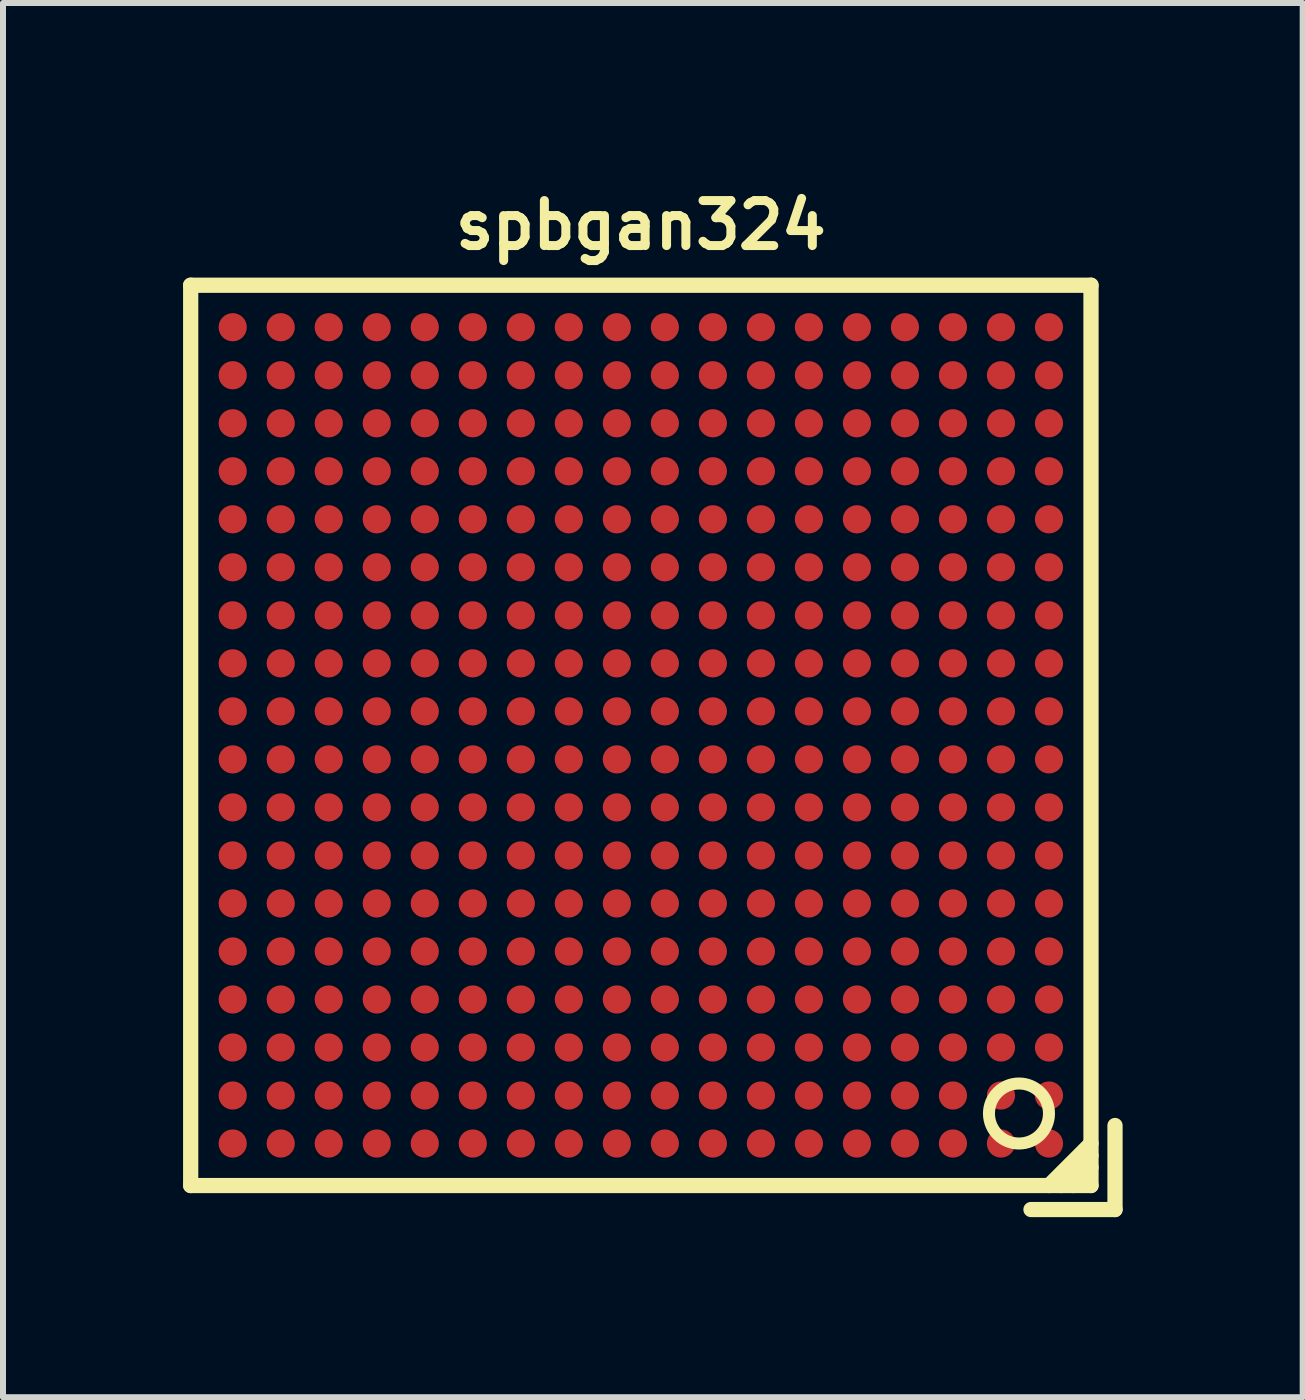
<source format=kicad_pcb>
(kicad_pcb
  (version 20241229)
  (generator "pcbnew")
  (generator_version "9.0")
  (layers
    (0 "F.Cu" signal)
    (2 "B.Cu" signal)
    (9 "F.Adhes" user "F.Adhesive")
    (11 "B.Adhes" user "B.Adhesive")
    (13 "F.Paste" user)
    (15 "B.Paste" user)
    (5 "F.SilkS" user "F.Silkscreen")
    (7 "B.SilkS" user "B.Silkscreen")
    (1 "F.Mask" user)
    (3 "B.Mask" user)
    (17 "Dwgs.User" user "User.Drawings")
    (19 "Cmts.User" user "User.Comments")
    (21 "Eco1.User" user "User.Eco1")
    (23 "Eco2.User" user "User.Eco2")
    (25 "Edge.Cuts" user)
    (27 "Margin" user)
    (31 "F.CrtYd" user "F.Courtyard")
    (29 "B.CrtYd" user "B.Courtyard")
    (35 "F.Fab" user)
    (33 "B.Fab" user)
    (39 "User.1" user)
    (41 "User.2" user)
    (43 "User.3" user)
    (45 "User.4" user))
  (footprint "spbgan324"
    (layer "F.Cu")
    (at 7.627 9.202)
    (property "Reference" "spbgan324" (at 0 -8.5 0) (layer "F.SilkS") (effects (font (size 0.75 0.75) (thickness 0.15))))
    (attr through_hole)
    (fp_line (start -7.5 -7.5) (end 7.5 -7.5) (stroke (width 0.254) (type solid)) (layer "F.SilkS"))
    (fp_line (start -7.5 7.5) (end -7.5 -7.5) (stroke (width 0.254) (type solid)) (layer "F.SilkS"))
    (fp_line (start 6.5 7.9) (end 7.9 7.9) (stroke (width 0.254) (type solid)) (layer "F.SilkS"))
    (fp_line (start 6.8 7.5) (end 7.5 6.8) (stroke (width 0.254) (type solid)) (layer "F.SilkS"))
    (fp_line (start 7.2 7.5) (end 7.5 7.2) (stroke (width 0.254) (type solid)) (layer "F.SilkS"))
    (fp_line (start 7.5 -7.5) (end 7.5 7.5) (stroke (width 0.254) (type solid)) (layer "F.SilkS"))
    (fp_line (start 7.5 7) (end 7 7.5) (stroke (width 0.254) (type solid)) (layer "F.SilkS"))
    (fp_line (start 7.5 7.5) (end -7.5 7.5) (stroke (width 0.254) (type solid)) (layer "F.SilkS"))
    (fp_line (start 7.9 7.9) (end 7.9 6.5) (stroke (width 0.254) (type solid)) (layer "F.SilkS"))
    (fp_circle (center 6.3 6.3) (end 5.9 6.6) (stroke (width 0.2) (type solid)) (fill no) (layer "F.SilkS"))
    (pad "A1" smd circle (at 6.8 6.8) (size 0.47 0.47) (layers "F.Cu" "F.Mask" "F.Paste"))
    (pad "A2" smd circle (at 6 6.8) (size 0.47 0.47) (layers "F.Cu" "F.Mask" "F.Paste"))
    (pad "A3" smd circle (at 5.2 6.8) (size 0.47 0.47) (layers "F.Cu" "F.Mask" "F.Paste"))
    (pad "A4" smd circle (at 4.4 6.8) (size 0.47 0.47) (layers "F.Cu" "F.Mask" "F.Paste"))
    (pad "A5" smd circle (at 3.6 6.8) (size 0.47 0.47) (layers "F.Cu" "F.Mask" "F.Paste"))
    (pad "A6" smd circle (at 2.8 6.8) (size 0.47 0.47) (layers "F.Cu" "F.Mask" "F.Paste"))
    (pad "A7" smd circle (at 2 6.8) (size 0.47 0.47) (layers "F.Cu" "F.Mask" "F.Paste"))
    (pad "A8" smd circle (at 1.2 6.8) (size 0.47 0.47) (layers "F.Cu" "F.Mask" "F.Paste"))
    (pad "A9" smd circle (at 0.4 6.8) (size 0.47 0.47) (layers "F.Cu" "F.Mask" "F.Paste"))
    (pad "A10" smd circle (at -0.4 6.8) (size 0.47 0.47) (layers "F.Cu" "F.Mask" "F.Paste"))
    (pad "A11" smd circle (at -1.2 6.8) (size 0.47 0.47) (layers "F.Cu" "F.Mask" "F.Paste"))
    (pad "A12" smd circle (at -2 6.8) (size 0.47 0.47) (layers "F.Cu" "F.Mask" "F.Paste"))
    (pad "A13" smd circle (at -2.8 6.8) (size 0.47 0.47) (layers "F.Cu" "F.Mask" "F.Paste"))
    (pad "A14" smd circle (at -3.6 6.8) (size 0.47 0.47) (layers "F.Cu" "F.Mask" "F.Paste"))
    (pad "A15" smd circle (at -4.4 6.8) (size 0.47 0.47) (layers "F.Cu" "F.Mask" "F.Paste"))
    (pad "A16" smd circle (at -5.2 6.8) (size 0.47 0.47) (layers "F.Cu" "F.Mask" "F.Paste"))
    (pad "A17" smd circle (at -6 6.8) (size 0.47 0.47) (layers "F.Cu" "F.Mask" "F.Paste"))
    (pad "A18" smd circle (at -6.8 6.8) (size 0.47 0.47) (layers "F.Cu" "F.Mask" "F.Paste"))
    (pad "B1" smd circle (at 6.8 6) (size 0.47 0.47) (layers "F.Cu" "F.Mask" "F.Paste"))
    (pad "B2" smd circle (at 6 6) (size 0.47 0.47) (layers "F.Cu" "F.Mask" "F.Paste"))
    (pad "B3" smd circle (at 5.2 6) (size 0.47 0.47) (layers "F.Cu" "F.Mask" "F.Paste"))
    (pad "B4" smd circle (at 4.4 6) (size 0.47 0.47) (layers "F.Cu" "F.Mask" "F.Paste"))
    (pad "B5" smd circle (at 3.6 6) (size 0.47 0.47) (layers "F.Cu" "F.Mask" "F.Paste"))
    (pad "B6" smd circle (at 2.8 6) (size 0.47 0.47) (layers "F.Cu" "F.Mask" "F.Paste"))
    (pad "B7" smd circle (at 2 6) (size 0.47 0.47) (layers "F.Cu" "F.Mask" "F.Paste"))
    (pad "B8" smd circle (at 1.2 6) (size 0.47 0.47) (layers "F.Cu" "F.Mask" "F.Paste"))
    (pad "B9" smd circle (at 0.4 6) (size 0.47 0.47) (layers "F.Cu" "F.Mask" "F.Paste"))
    (pad "B10" smd circle (at -0.4 6) (size 0.47 0.47) (layers "F.Cu" "F.Mask" "F.Paste"))
    (pad "B11" smd circle (at -1.2 6) (size 0.47 0.47) (layers "F.Cu" "F.Mask" "F.Paste"))
    (pad "B12" smd circle (at -2 6) (size 0.47 0.47) (layers "F.Cu" "F.Mask" "F.Paste"))
    (pad "B13" smd circle (at -2.8 6) (size 0.47 0.47) (layers "F.Cu" "F.Mask" "F.Paste"))
    (pad "B14" smd circle (at -3.6 6) (size 0.47 0.47) (layers "F.Cu" "F.Mask" "F.Paste"))
    (pad "B15" smd circle (at -4.4 6) (size 0.47 0.47) (layers "F.Cu" "F.Mask" "F.Paste"))
    (pad "B16" smd circle (at -5.2 6) (size 0.47 0.47) (layers "F.Cu" "F.Mask" "F.Paste"))
    (pad "B17" smd circle (at -6 6) (size 0.47 0.47) (layers "F.Cu" "F.Mask" "F.Paste"))
    (pad "B18" smd circle (at -6.8 6) (size 0.47 0.47) (layers "F.Cu" "F.Mask" "F.Paste"))
    (pad "C1" smd circle (at 6.8 5.2) (size 0.47 0.47) (layers "F.Cu" "F.Mask" "F.Paste"))
    (pad "C2" smd circle (at 6 5.2) (size 0.47 0.47) (layers "F.Cu" "F.Mask" "F.Paste"))
    (pad "C3" smd circle (at 5.2 5.2) (size 0.47 0.47) (layers "F.Cu" "F.Mask" "F.Paste"))
    (pad "C4" smd circle (at 4.4 5.2) (size 0.47 0.47) (layers "F.Cu" "F.Mask" "F.Paste"))
    (pad "C5" smd circle (at 3.6 5.2) (size 0.47 0.47) (layers "F.Cu" "F.Mask" "F.Paste"))
    (pad "C6" smd circle (at 2.8 5.2) (size 0.47 0.47) (layers "F.Cu" "F.Mask" "F.Paste"))
    (pad "C7" smd circle (at 2 5.2) (size 0.47 0.47) (layers "F.Cu" "F.Mask" "F.Paste"))
    (pad "C8" smd circle (at 1.2 5.2) (size 0.47 0.47) (layers "F.Cu" "F.Mask" "F.Paste"))
    (pad "C9" smd circle (at 0.4 5.2) (size 0.47 0.47) (layers "F.Cu" "F.Mask" "F.Paste"))
    (pad "C10" smd circle (at -0.4 5.2) (size 0.47 0.47) (layers "F.Cu" "F.Mask" "F.Paste"))
    (pad "C11" smd circle (at -1.2 5.2) (size 0.47 0.47) (layers "F.Cu" "F.Mask" "F.Paste"))
    (pad "C12" smd circle (at -2 5.2) (size 0.47 0.47) (layers "F.Cu" "F.Mask" "F.Paste"))
    (pad "C13" smd circle (at -2.8 5.2) (size 0.47 0.47) (layers "F.Cu" "F.Mask" "F.Paste"))
    (pad "C14" smd circle (at -3.6 5.2) (size 0.47 0.47) (layers "F.Cu" "F.Mask" "F.Paste"))
    (pad "C15" smd circle (at -4.4 5.2) (size 0.47 0.47) (layers "F.Cu" "F.Mask" "F.Paste"))
    (pad "C16" smd circle (at -5.2 5.2) (size 0.47 0.47) (layers "F.Cu" "F.Mask" "F.Paste"))
    (pad "C17" smd circle (at -6 5.2) (size 0.47 0.47) (layers "F.Cu" "F.Mask" "F.Paste"))
    (pad "C18" smd circle (at -6.8 5.2) (size 0.47 0.47) (layers "F.Cu" "F.Mask" "F.Paste"))
    (pad "D1" smd circle (at 6.8 4.4) (size 0.47 0.47) (layers "F.Cu" "F.Mask" "F.Paste"))
    (pad "D2" smd circle (at 6 4.4) (size 0.47 0.47) (layers "F.Cu" "F.Mask" "F.Paste"))
    (pad "D3" smd circle (at 5.2 4.4) (size 0.47 0.47) (layers "F.Cu" "F.Mask" "F.Paste"))
    (pad "D4" smd circle (at 4.4 4.4) (size 0.47 0.47) (layers "F.Cu" "F.Mask" "F.Paste"))
    (pad "D5" smd circle (at 3.6 4.4) (size 0.47 0.47) (layers "F.Cu" "F.Mask" "F.Paste"))
    (pad "D6" smd circle (at 2.8 4.4) (size 0.47 0.47) (layers "F.Cu" "F.Mask" "F.Paste"))
    (pad "D7" smd circle (at 2 4.4) (size 0.47 0.47) (layers "F.Cu" "F.Mask" "F.Paste"))
    (pad "D8" smd circle (at 1.2 4.4) (size 0.47 0.47) (layers "F.Cu" "F.Mask" "F.Paste"))
    (pad "D9" smd circle (at 0.4 4.4) (size 0.47 0.47) (layers "F.Cu" "F.Mask" "F.Paste"))
    (pad "D10" smd circle (at -0.4 4.4) (size 0.47 0.47) (layers "F.Cu" "F.Mask" "F.Paste"))
    (pad "D11" smd circle (at -1.2 4.4) (size 0.47 0.47) (layers "F.Cu" "F.Mask" "F.Paste"))
    (pad "D12" smd circle (at -2 4.4) (size 0.47 0.47) (layers "F.Cu" "F.Mask" "F.Paste"))
    (pad "D13" smd circle (at -2.8 4.4) (size 0.47 0.47) (layers "F.Cu" "F.Mask" "F.Paste"))
    (pad "D14" smd circle (at -3.6 4.4) (size 0.47 0.47) (layers "F.Cu" "F.Mask" "F.Paste"))
    (pad "D15" smd circle (at -4.4 4.4) (size 0.47 0.47) (layers "F.Cu" "F.Mask" "F.Paste"))
    (pad "D16" smd circle (at -5.2 4.4) (size 0.47 0.47) (layers "F.Cu" "F.Mask" "F.Paste"))
    (pad "D17" smd circle (at -6 4.4) (size 0.47 0.47) (layers "F.Cu" "F.Mask" "F.Paste"))
    (pad "D18" smd circle (at -6.8 4.4) (size 0.47 0.47) (layers "F.Cu" "F.Mask" "F.Paste"))
    (pad "E1" smd circle (at 6.8 3.6) (size 0.47 0.47) (layers "F.Cu" "F.Mask" "F.Paste"))
    (pad "E2" smd circle (at 6 3.6) (size 0.47 0.47) (layers "F.Cu" "F.Mask" "F.Paste"))
    (pad "E3" smd circle (at 5.2 3.6) (size 0.47 0.47) (layers "F.Cu" "F.Mask" "F.Paste"))
    (pad "E4" smd circle (at 4.4 3.6) (size 0.47 0.47) (layers "F.Cu" "F.Mask" "F.Paste"))
    (pad "E5" smd circle (at 3.6 3.6) (size 0.47 0.47) (layers "F.Cu" "F.Mask" "F.Paste"))
    (pad "E6" smd circle (at 2.8 3.6) (size 0.47 0.47) (layers "F.Cu" "F.Mask" "F.Paste"))
    (pad "E7" smd circle (at 2 3.6) (size 0.47 0.47) (layers "F.Cu" "F.Mask" "F.Paste"))
    (pad "E8" smd circle (at 1.2 3.6) (size 0.47 0.47) (layers "F.Cu" "F.Mask" "F.Paste"))
    (pad "E9" smd circle (at 0.4 3.6) (size 0.47 0.47) (layers "F.Cu" "F.Mask" "F.Paste"))
    (pad "E10" smd circle (at -0.4 3.6) (size 0.47 0.47) (layers "F.Cu" "F.Mask" "F.Paste"))
    (pad "E11" smd circle (at -1.2 3.6) (size 0.47 0.47) (layers "F.Cu" "F.Mask" "F.Paste"))
    (pad "E12" smd circle (at -2 3.6) (size 0.47 0.47) (layers "F.Cu" "F.Mask" "F.Paste"))
    (pad "E13" smd circle (at -2.8 3.6) (size 0.47 0.47) (layers "F.Cu" "F.Mask" "F.Paste"))
    (pad "E14" smd circle (at -3.6 3.6) (size 0.47 0.47) (layers "F.Cu" "F.Mask" "F.Paste"))
    (pad "E15" smd circle (at -4.4 3.6) (size 0.47 0.47) (layers "F.Cu" "F.Mask" "F.Paste"))
    (pad "E16" smd circle (at -5.2 3.6) (size 0.47 0.47) (layers "F.Cu" "F.Mask" "F.Paste"))
    (pad "E17" smd circle (at -6 3.6) (size 0.47 0.47) (layers "F.Cu" "F.Mask" "F.Paste"))
    (pad "E18" smd circle (at -6.8 3.6) (size 0.47 0.47) (layers "F.Cu" "F.Mask" "F.Paste"))
    (pad "F1" smd circle (at 6.8 2.8) (size 0.47 0.47) (layers "F.Cu" "F.Mask" "F.Paste"))
    (pad "F2" smd circle (at 6 2.8) (size 0.47 0.47) (layers "F.Cu" "F.Mask" "F.Paste"))
    (pad "F3" smd circle (at 5.2 2.8) (size 0.47 0.47) (layers "F.Cu" "F.Mask" "F.Paste"))
    (pad "F4" smd circle (at 4.4 2.8) (size 0.47 0.47) (layers "F.Cu" "F.Mask" "F.Paste"))
    (pad "F5" smd circle (at 3.6 2.8) (size 0.47 0.47) (layers "F.Cu" "F.Mask" "F.Paste"))
    (pad "F6" smd circle (at 2.8 2.8) (size 0.47 0.47) (layers "F.Cu" "F.Mask" "F.Paste"))
    (pad "F7" smd circle (at 2 2.8) (size 0.47 0.47) (layers "F.Cu" "F.Mask" "F.Paste"))
    (pad "F8" smd circle (at 1.2 2.8) (size 0.47 0.47) (layers "F.Cu" "F.Mask" "F.Paste"))
    (pad "F9" smd circle (at 0.4 2.8) (size 0.47 0.47) (layers "F.Cu" "F.Mask" "F.Paste"))
    (pad "F10" smd circle (at -0.4 2.8) (size 0.47 0.47) (layers "F.Cu" "F.Mask" "F.Paste"))
    (pad "F11" smd circle (at -1.2 2.8) (size 0.47 0.47) (layers "F.Cu" "F.Mask" "F.Paste"))
    (pad "F12" smd circle (at -2 2.8) (size 0.47 0.47) (layers "F.Cu" "F.Mask" "F.Paste"))
    (pad "F13" smd circle (at -2.8 2.8) (size 0.47 0.47) (layers "F.Cu" "F.Mask" "F.Paste"))
    (pad "F14" smd circle (at -3.6 2.8) (size 0.47 0.47) (layers "F.Cu" "F.Mask" "F.Paste"))
    (pad "F15" smd circle (at -4.4 2.8) (size 0.47 0.47) (layers "F.Cu" "F.Mask" "F.Paste"))
    (pad "F16" smd circle (at -5.2 2.8) (size 0.47 0.47) (layers "F.Cu" "F.Mask" "F.Paste"))
    (pad "F17" smd circle (at -6 2.8) (size 0.47 0.47) (layers "F.Cu" "F.Mask" "F.Paste"))
    (pad "F18" smd circle (at -6.8 2.8) (size 0.47 0.47) (layers "F.Cu" "F.Mask" "F.Paste"))
    (pad "G1" smd circle (at 6.8 2) (size 0.47 0.47) (layers "F.Cu" "F.Mask" "F.Paste"))
    (pad "G2" smd circle (at 6 2) (size 0.47 0.47) (layers "F.Cu" "F.Mask" "F.Paste"))
    (pad "G3" smd circle (at 5.2 2) (size 0.47 0.47) (layers "F.Cu" "F.Mask" "F.Paste"))
    (pad "G4" smd circle (at 4.4 2) (size 0.47 0.47) (layers "F.Cu" "F.Mask" "F.Paste"))
    (pad "G5" smd circle (at 3.6 2) (size 0.47 0.47) (layers "F.Cu" "F.Mask" "F.Paste"))
    (pad "G6" smd circle (at 2.8 2) (size 0.47 0.47) (layers "F.Cu" "F.Mask" "F.Paste"))
    (pad "G7" smd circle (at 2 2) (size 0.47 0.47) (layers "F.Cu" "F.Mask" "F.Paste"))
    (pad "G8" smd circle (at 1.2 2) (size 0.47 0.47) (layers "F.Cu" "F.Mask" "F.Paste"))
    (pad "G9" smd circle (at 0.4 2) (size 0.47 0.47) (layers "F.Cu" "F.Mask" "F.Paste"))
    (pad "G10" smd circle (at -0.4 2) (size 0.47 0.47) (layers "F.Cu" "F.Mask" "F.Paste"))
    (pad "G11" smd circle (at -1.2 2) (size 0.47 0.47) (layers "F.Cu" "F.Mask" "F.Paste"))
    (pad "G12" smd circle (at -2 2) (size 0.47 0.47) (layers "F.Cu" "F.Mask" "F.Paste"))
    (pad "G13" smd circle (at -2.8 2) (size 0.47 0.47) (layers "F.Cu" "F.Mask" "F.Paste"))
    (pad "G14" smd circle (at -3.6 2) (size 0.47 0.47) (layers "F.Cu" "F.Mask" "F.Paste"))
    (pad "G15" smd circle (at -4.4 2) (size 0.47 0.47) (layers "F.Cu" "F.Mask" "F.Paste"))
    (pad "G16" smd circle (at -5.2 2) (size 0.47 0.47) (layers "F.Cu" "F.Mask" "F.Paste"))
    (pad "G17" smd circle (at -6 2) (size 0.47 0.47) (layers "F.Cu" "F.Mask" "F.Paste"))
    (pad "G18" smd circle (at -6.8 2) (size 0.47 0.47) (layers "F.Cu" "F.Mask" "F.Paste"))
    (pad "H1" smd circle (at 6.8 1.2) (size 0.47 0.47) (layers "F.Cu" "F.Mask" "F.Paste"))
    (pad "H2" smd circle (at 6 1.2) (size 0.47 0.47) (layers "F.Cu" "F.Mask" "F.Paste"))
    (pad "H3" smd circle (at 5.2 1.2) (size 0.47 0.47) (layers "F.Cu" "F.Mask" "F.Paste"))
    (pad "H4" smd circle (at 4.4 1.2) (size 0.47 0.47) (layers "F.Cu" "F.Mask" "F.Paste"))
    (pad "H5" smd circle (at 3.6 1.2) (size 0.47 0.47) (layers "F.Cu" "F.Mask" "F.Paste"))
    (pad "H6" smd circle (at 2.8 1.2) (size 0.47 0.47) (layers "F.Cu" "F.Mask" "F.Paste"))
    (pad "H7" smd circle (at 2 1.2) (size 0.47 0.47) (layers "F.Cu" "F.Mask" "F.Paste"))
    (pad "H8" smd circle (at 1.2 1.2) (size 0.47 0.47) (layers "F.Cu" "F.Mask" "F.Paste"))
    (pad "H9" smd circle (at 0.4 1.2) (size 0.47 0.47) (layers "F.Cu" "F.Mask" "F.Paste"))
    (pad "H10" smd circle (at -0.4 1.2) (size 0.47 0.47) (layers "F.Cu" "F.Mask" "F.Paste"))
    (pad "H11" smd circle (at -1.2 1.2) (size 0.47 0.47) (layers "F.Cu" "F.Mask" "F.Paste"))
    (pad "H12" smd circle (at -2 1.2) (size 0.47 0.47) (layers "F.Cu" "F.Mask" "F.Paste"))
    (pad "H13" smd circle (at -2.8 1.2) (size 0.47 0.47) (layers "F.Cu" "F.Mask" "F.Paste"))
    (pad "H14" smd circle (at -3.6 1.2) (size 0.47 0.47) (layers "F.Cu" "F.Mask" "F.Paste"))
    (pad "H15" smd circle (at -4.4 1.2) (size 0.47 0.47) (layers "F.Cu" "F.Mask" "F.Paste"))
    (pad "H16" smd circle (at -5.2 1.2) (size 0.47 0.47) (layers "F.Cu" "F.Mask" "F.Paste"))
    (pad "H17" smd circle (at -6 1.2) (size 0.47 0.47) (layers "F.Cu" "F.Mask" "F.Paste"))
    (pad "H18" smd circle (at -6.8 1.2) (size 0.47 0.47) (layers "F.Cu" "F.Mask" "F.Paste"))
    (pad "J1" smd circle (at 6.8 0.4) (size 0.47 0.47) (layers "F.Cu" "F.Mask" "F.Paste"))
    (pad "J2" smd circle (at 6 0.4) (size 0.47 0.47) (layers "F.Cu" "F.Mask" "F.Paste"))
    (pad "J3" smd circle (at 5.2 0.4) (size 0.47 0.47) (layers "F.Cu" "F.Mask" "F.Paste"))
    (pad "J4" smd circle (at 4.4 0.4) (size 0.47 0.47) (layers "F.Cu" "F.Mask" "F.Paste"))
    (pad "J5" smd circle (at 3.6 0.4) (size 0.47 0.47) (layers "F.Cu" "F.Mask" "F.Paste"))
    (pad "J6" smd circle (at 2.8 0.4) (size 0.47 0.47) (layers "F.Cu" "F.Mask" "F.Paste"))
    (pad "J7" smd circle (at 2 0.4) (size 0.47 0.47) (layers "F.Cu" "F.Mask" "F.Paste"))
    (pad "J8" smd circle (at 1.2 0.4) (size 0.47 0.47) (layers "F.Cu" "F.Mask" "F.Paste"))
    (pad "J9" smd circle (at 0.4 0.4) (size 0.47 0.47) (layers "F.Cu" "F.Mask" "F.Paste"))
    (pad "J10" smd circle (at -0.4 0.4) (size 0.47 0.47) (layers "F.Cu" "F.Mask" "F.Paste"))
    (pad "J11" smd circle (at -1.2 0.4) (size 0.47 0.47) (layers "F.Cu" "F.Mask" "F.Paste"))
    (pad "J12" smd circle (at -2 0.4) (size 0.47 0.47) (layers "F.Cu" "F.Mask" "F.Paste"))
    (pad "J13" smd circle (at -2.8 0.4) (size 0.47 0.47) (layers "F.Cu" "F.Mask" "F.Paste"))
    (pad "J14" smd circle (at -3.6 0.4) (size 0.47 0.47) (layers "F.Cu" "F.Mask" "F.Paste"))
    (pad "J15" smd circle (at -4.4 0.4) (size 0.47 0.47) (layers "F.Cu" "F.Mask" "F.Paste"))
    (pad "J16" smd circle (at -5.2 0.4) (size 0.47 0.47) (layers "F.Cu" "F.Mask" "F.Paste"))
    (pad "J17" smd circle (at -6 0.4) (size 0.47 0.47) (layers "F.Cu" "F.Mask" "F.Paste"))
    (pad "J18" smd circle (at -6.8 0.4) (size 0.47 0.47) (layers "F.Cu" "F.Mask" "F.Paste"))
    (pad "K1" smd circle (at 6.8 -0.4) (size 0.47 0.47) (layers "F.Cu" "F.Mask" "F.Paste"))
    (pad "K2" smd circle (at 6 -0.4) (size 0.47 0.47) (layers "F.Cu" "F.Mask" "F.Paste"))
    (pad "K3" smd circle (at 5.2 -0.4) (size 0.47 0.47) (layers "F.Cu" "F.Mask" "F.Paste"))
    (pad "K4" smd circle (at 4.4 -0.4) (size 0.47 0.47) (layers "F.Cu" "F.Mask" "F.Paste"))
    (pad "K5" smd circle (at 3.6 -0.4) (size 0.47 0.47) (layers "F.Cu" "F.Mask" "F.Paste"))
    (pad "K6" smd circle (at 2.8 -0.4) (size 0.47 0.47) (layers "F.Cu" "F.Mask" "F.Paste"))
    (pad "K7" smd circle (at 2 -0.4) (size 0.47 0.47) (layers "F.Cu" "F.Mask" "F.Paste"))
    (pad "K8" smd circle (at 1.2 -0.4) (size 0.47 0.47) (layers "F.Cu" "F.Mask" "F.Paste"))
    (pad "K9" smd circle (at 0.4 -0.4) (size 0.47 0.47) (layers "F.Cu" "F.Mask" "F.Paste"))
    (pad "K10" smd circle (at -0.4 -0.4) (size 0.47 0.47) (layers "F.Cu" "F.Mask" "F.Paste"))
    (pad "K11" smd circle (at -1.2 -0.4) (size 0.47 0.47) (layers "F.Cu" "F.Mask" "F.Paste"))
    (pad "K12" smd circle (at -2 -0.4) (size 0.47 0.47) (layers "F.Cu" "F.Mask" "F.Paste"))
    (pad "K13" smd circle (at -2.8 -0.4) (size 0.47 0.47) (layers "F.Cu" "F.Mask" "F.Paste"))
    (pad "K14" smd circle (at -3.6 -0.4) (size 0.47 0.47) (layers "F.Cu" "F.Mask" "F.Paste"))
    (pad "K15" smd circle (at -4.4 -0.4) (size 0.47 0.47) (layers "F.Cu" "F.Mask" "F.Paste"))
    (pad "K16" smd circle (at -5.2 -0.4) (size 0.47 0.47) (layers "F.Cu" "F.Mask" "F.Paste"))
    (pad "K17" smd circle (at -6 -0.4) (size 0.47 0.47) (layers "F.Cu" "F.Mask" "F.Paste"))
    (pad "K18" smd circle (at -6.8 -0.4) (size 0.47 0.47) (layers "F.Cu" "F.Mask" "F.Paste"))
    (pad "L1" smd circle (at 6.8 -1.2) (size 0.47 0.47) (layers "F.Cu" "F.Mask" "F.Paste"))
    (pad "L2" smd circle (at 6 -1.2) (size 0.47 0.47) (layers "F.Cu" "F.Mask" "F.Paste"))
    (pad "L3" smd circle (at 5.2 -1.2) (size 0.47 0.47) (layers "F.Cu" "F.Mask" "F.Paste"))
    (pad "L4" smd circle (at 4.4 -1.2) (size 0.47 0.47) (layers "F.Cu" "F.Mask" "F.Paste"))
    (pad "L5" smd circle (at 3.6 -1.2) (size 0.47 0.47) (layers "F.Cu" "F.Mask" "F.Paste"))
    (pad "L6" smd circle (at 2.8 -1.2) (size 0.47 0.47) (layers "F.Cu" "F.Mask" "F.Paste"))
    (pad "L7" smd circle (at 2 -1.2) (size 0.47 0.47) (layers "F.Cu" "F.Mask" "F.Paste"))
    (pad "L8" smd circle (at 1.2 -1.2) (size 0.47 0.47) (layers "F.Cu" "F.Mask" "F.Paste"))
    (pad "L9" smd circle (at 0.4 -1.2) (size 0.47 0.47) (layers "F.Cu" "F.Mask" "F.Paste"))
    (pad "L10" smd circle (at -0.4 -1.2) (size 0.47 0.47) (layers "F.Cu" "F.Mask" "F.Paste"))
    (pad "L11" smd circle (at -1.2 -1.2) (size 0.47 0.47) (layers "F.Cu" "F.Mask" "F.Paste"))
    (pad "L12" smd circle (at -2 -1.2) (size 0.47 0.47) (layers "F.Cu" "F.Mask" "F.Paste"))
    (pad "L13" smd circle (at -2.8 -1.2) (size 0.47 0.47) (layers "F.Cu" "F.Mask" "F.Paste"))
    (pad "L14" smd circle (at -3.6 -1.2) (size 0.47 0.47) (layers "F.Cu" "F.Mask" "F.Paste"))
    (pad "L15" smd circle (at -4.4 -1.2) (size 0.47 0.47) (layers "F.Cu" "F.Mask" "F.Paste"))
    (pad "L16" smd circle (at -5.2 -1.2) (size 0.47 0.47) (layers "F.Cu" "F.Mask" "F.Paste"))
    (pad "L17" smd circle (at -6 -1.2) (size 0.47 0.47) (layers "F.Cu" "F.Mask" "F.Paste"))
    (pad "L18" smd circle (at -6.8 -1.2) (size 0.47 0.47) (layers "F.Cu" "F.Mask" "F.Paste"))
    (pad "M1" smd circle (at 6.8 -2) (size 0.47 0.47) (layers "F.Cu" "F.Mask" "F.Paste"))
    (pad "M2" smd circle (at 6 -2) (size 0.47 0.47) (layers "F.Cu" "F.Mask" "F.Paste"))
    (pad "M3" smd circle (at 5.2 -2) (size 0.47 0.47) (layers "F.Cu" "F.Mask" "F.Paste"))
    (pad "M4" smd circle (at 4.4 -2) (size 0.47 0.47) (layers "F.Cu" "F.Mask" "F.Paste"))
    (pad "M5" smd circle (at 3.6 -2) (size 0.47 0.47) (layers "F.Cu" "F.Mask" "F.Paste"))
    (pad "M6" smd circle (at 2.8 -2) (size 0.47 0.47) (layers "F.Cu" "F.Mask" "F.Paste"))
    (pad "M7" smd circle (at 2 -2) (size 0.47 0.47) (layers "F.Cu" "F.Mask" "F.Paste"))
    (pad "M8" smd circle (at 1.2 -2) (size 0.47 0.47) (layers "F.Cu" "F.Mask" "F.Paste"))
    (pad "M9" smd circle (at 0.4 -2) (size 0.47 0.47) (layers "F.Cu" "F.Mask" "F.Paste"))
    (pad "M10" smd circle (at -0.4 -2) (size 0.47 0.47) (layers "F.Cu" "F.Mask" "F.Paste"))
    (pad "M11" smd circle (at -1.2 -2) (size 0.47 0.47) (layers "F.Cu" "F.Mask" "F.Paste"))
    (pad "M12" smd circle (at -2 -2) (size 0.47 0.47) (layers "F.Cu" "F.Mask" "F.Paste"))
    (pad "M13" smd circle (at -2.8 -2) (size 0.47 0.47) (layers "F.Cu" "F.Mask" "F.Paste"))
    (pad "M14" smd circle (at -3.6 -2) (size 0.47 0.47) (layers "F.Cu" "F.Mask" "F.Paste"))
    (pad "M15" smd circle (at -4.4 -2) (size 0.47 0.47) (layers "F.Cu" "F.Mask" "F.Paste"))
    (pad "M16" smd circle (at -5.2 -2) (size 0.47 0.47) (layers "F.Cu" "F.Mask" "F.Paste"))
    (pad "M17" smd circle (at -6 -2) (size 0.47 0.47) (layers "F.Cu" "F.Mask" "F.Paste"))
    (pad "M18" smd circle (at -6.8 -2) (size 0.47 0.47) (layers "F.Cu" "F.Mask" "F.Paste"))
    (pad "N1" smd circle (at 6.8 -2.8) (size 0.47 0.47) (layers "F.Cu" "F.Mask" "F.Paste"))
    (pad "N2" smd circle (at 6 -2.8) (size 0.47 0.47) (layers "F.Cu" "F.Mask" "F.Paste"))
    (pad "N3" smd circle (at 5.2 -2.8) (size 0.47 0.47) (layers "F.Cu" "F.Mask" "F.Paste"))
    (pad "N4" smd circle (at 4.4 -2.8) (size 0.47 0.47) (layers "F.Cu" "F.Mask" "F.Paste"))
    (pad "N5" smd circle (at 3.6 -2.8) (size 0.47 0.47) (layers "F.Cu" "F.Mask" "F.Paste"))
    (pad "N6" smd circle (at 2.8 -2.8) (size 0.47 0.47) (layers "F.Cu" "F.Mask" "F.Paste"))
    (pad "N7" smd circle (at 2 -2.8) (size 0.47 0.47) (layers "F.Cu" "F.Mask" "F.Paste"))
    (pad "N8" smd circle (at 1.2 -2.8) (size 0.47 0.47) (layers "F.Cu" "F.Mask" "F.Paste"))
    (pad "N9" smd circle (at 0.4 -2.8) (size 0.47 0.47) (layers "F.Cu" "F.Mask" "F.Paste"))
    (pad "N10" smd circle (at -0.4 -2.8) (size 0.47 0.47) (layers "F.Cu" "F.Mask" "F.Paste"))
    (pad "N11" smd circle (at -1.2 -2.8) (size 0.47 0.47) (layers "F.Cu" "F.Mask" "F.Paste"))
    (pad "N12" smd circle (at -2 -2.8) (size 0.47 0.47) (layers "F.Cu" "F.Mask" "F.Paste"))
    (pad "N13" smd circle (at -2.8 -2.8) (size 0.47 0.47) (layers "F.Cu" "F.Mask" "F.Paste"))
    (pad "N14" smd circle (at -3.6 -2.8) (size 0.47 0.47) (layers "F.Cu" "F.Mask" "F.Paste"))
    (pad "N15" smd circle (at -4.4 -2.8) (size 0.47 0.47) (layers "F.Cu" "F.Mask" "F.Paste"))
    (pad "N16" smd circle (at -5.2 -2.8) (size 0.47 0.47) (layers "F.Cu" "F.Mask" "F.Paste"))
    (pad "N17" smd circle (at -6 -2.8) (size 0.47 0.47) (layers "F.Cu" "F.Mask" "F.Paste"))
    (pad "N18" smd circle (at -6.8 -2.8) (size 0.47 0.47) (layers "F.Cu" "F.Mask" "F.Paste"))
    (pad "P1" smd circle (at 6.8 -3.6) (size 0.47 0.47) (layers "F.Cu" "F.Mask" "F.Paste"))
    (pad "P2" smd circle (at 6 -3.6) (size 0.47 0.47) (layers "F.Cu" "F.Mask" "F.Paste"))
    (pad "P3" smd circle (at 5.2 -3.6) (size 0.47 0.47) (layers "F.Cu" "F.Mask" "F.Paste"))
    (pad "P4" smd circle (at 4.4 -3.6) (size 0.47 0.47) (layers "F.Cu" "F.Mask" "F.Paste"))
    (pad "P5" smd circle (at 3.6 -3.6) (size 0.47 0.47) (layers "F.Cu" "F.Mask" "F.Paste"))
    (pad "P6" smd circle (at 2.8 -3.6) (size 0.47 0.47) (layers "F.Cu" "F.Mask" "F.Paste"))
    (pad "P7" smd circle (at 2 -3.6) (size 0.47 0.47) (layers "F.Cu" "F.Mask" "F.Paste"))
    (pad "P8" smd circle (at 1.2 -3.6) (size 0.47 0.47) (layers "F.Cu" "F.Mask" "F.Paste"))
    (pad "P9" smd circle (at 0.4 -3.6) (size 0.47 0.47) (layers "F.Cu" "F.Mask" "F.Paste"))
    (pad "P10" smd circle (at -0.4 -3.6) (size 0.47 0.47) (layers "F.Cu" "F.Mask" "F.Paste"))
    (pad "P11" smd circle (at -1.2 -3.6) (size 0.47 0.47) (layers "F.Cu" "F.Mask" "F.Paste"))
    (pad "P12" smd circle (at -2 -3.6) (size 0.47 0.47) (layers "F.Cu" "F.Mask" "F.Paste"))
    (pad "P13" smd circle (at -2.8 -3.6) (size 0.47 0.47) (layers "F.Cu" "F.Mask" "F.Paste"))
    (pad "P14" smd circle (at -3.6 -3.6) (size 0.47 0.47) (layers "F.Cu" "F.Mask" "F.Paste"))
    (pad "P15" smd circle (at -4.4 -3.6) (size 0.47 0.47) (layers "F.Cu" "F.Mask" "F.Paste"))
    (pad "P16" smd circle (at -5.2 -3.6) (size 0.47 0.47) (layers "F.Cu" "F.Mask" "F.Paste"))
    (pad "P17" smd circle (at -6 -3.6) (size 0.47 0.47) (layers "F.Cu" "F.Mask" "F.Paste"))
    (pad "P18" smd circle (at -6.8 -3.6) (size 0.47 0.47) (layers "F.Cu" "F.Mask" "F.Paste"))
    (pad "R1" smd circle (at 6.8 -4.4) (size 0.47 0.47) (layers "F.Cu" "F.Mask" "F.Paste"))
    (pad "R2" smd circle (at 6 -4.4) (size 0.47 0.47) (layers "F.Cu" "F.Mask" "F.Paste"))
    (pad "R3" smd circle (at 5.2 -4.4) (size 0.47 0.47) (layers "F.Cu" "F.Mask" "F.Paste"))
    (pad "R4" smd circle (at 4.4 -4.4) (size 0.47 0.47) (layers "F.Cu" "F.Mask" "F.Paste"))
    (pad "R5" smd circle (at 3.6 -4.4) (size 0.47 0.47) (layers "F.Cu" "F.Mask" "F.Paste"))
    (pad "R6" smd circle (at 2.8 -4.4) (size 0.47 0.47) (layers "F.Cu" "F.Mask" "F.Paste"))
    (pad "R7" smd circle (at 2 -4.4) (size 0.47 0.47) (layers "F.Cu" "F.Mask" "F.Paste"))
    (pad "R8" smd circle (at 1.2 -4.4) (size 0.47 0.47) (layers "F.Cu" "F.Mask" "F.Paste"))
    (pad "R9" smd circle (at 0.4 -4.4) (size 0.47 0.47) (layers "F.Cu" "F.Mask" "F.Paste"))
    (pad "R10" smd circle (at -0.4 -4.4) (size 0.47 0.47) (layers "F.Cu" "F.Mask" "F.Paste"))
    (pad "R11" smd circle (at -1.2 -4.4) (size 0.47 0.47) (layers "F.Cu" "F.Mask" "F.Paste"))
    (pad "R12" smd circle (at -2 -4.4) (size 0.47 0.47) (layers "F.Cu" "F.Mask" "F.Paste"))
    (pad "R13" smd circle (at -2.8 -4.4) (size 0.47 0.47) (layers "F.Cu" "F.Mask" "F.Paste"))
    (pad "R14" smd circle (at -3.6 -4.4) (size 0.47 0.47) (layers "F.Cu" "F.Mask" "F.Paste"))
    (pad "R15" smd circle (at -4.4 -4.4) (size 0.47 0.47) (layers "F.Cu" "F.Mask" "F.Paste"))
    (pad "R16" smd circle (at -5.2 -4.4) (size 0.47 0.47) (layers "F.Cu" "F.Mask" "F.Paste"))
    (pad "R17" smd circle (at -6 -4.4) (size 0.47 0.47) (layers "F.Cu" "F.Mask" "F.Paste"))
    (pad "R18" smd circle (at -6.8 -4.4) (size 0.47 0.47) (layers "F.Cu" "F.Mask" "F.Paste"))
    (pad "T1" smd circle (at 6.8 -5.2) (size 0.47 0.47) (layers "F.Cu" "F.Mask" "F.Paste"))
    (pad "T2" smd circle (at 6 -5.2) (size 0.47 0.47) (layers "F.Cu" "F.Mask" "F.Paste"))
    (pad "T3" smd circle (at 5.2 -5.2) (size 0.47 0.47) (layers "F.Cu" "F.Mask" "F.Paste"))
    (pad "T4" smd circle (at 4.4 -5.2) (size 0.47 0.47) (layers "F.Cu" "F.Mask" "F.Paste"))
    (pad "T5" smd circle (at 3.6 -5.2) (size 0.47 0.47) (layers "F.Cu" "F.Mask" "F.Paste"))
    (pad "T6" smd circle (at 2.8 -5.2) (size 0.47 0.47) (layers "F.Cu" "F.Mask" "F.Paste"))
    (pad "T7" smd circle (at 2 -5.2) (size 0.47 0.47) (layers "F.Cu" "F.Mask" "F.Paste"))
    (pad "T8" smd circle (at 1.2 -5.2) (size 0.47 0.47) (layers "F.Cu" "F.Mask" "F.Paste"))
    (pad "T9" smd circle (at 0.4 -5.2) (size 0.47 0.47) (layers "F.Cu" "F.Mask" "F.Paste"))
    (pad "T10" smd circle (at -0.4 -5.2) (size 0.47 0.47) (layers "F.Cu" "F.Mask" "F.Paste"))
    (pad "T11" smd circle (at -1.2 -5.2) (size 0.47 0.47) (layers "F.Cu" "F.Mask" "F.Paste"))
    (pad "T12" smd circle (at -2 -5.2) (size 0.47 0.47) (layers "F.Cu" "F.Mask" "F.Paste"))
    (pad "T13" smd circle (at -2.8 -5.2) (size 0.47 0.47) (layers "F.Cu" "F.Mask" "F.Paste"))
    (pad "T14" smd circle (at -3.6 -5.2) (size 0.47 0.47) (layers "F.Cu" "F.Mask" "F.Paste"))
    (pad "T15" smd circle (at -4.4 -5.2) (size 0.47 0.47) (layers "F.Cu" "F.Mask" "F.Paste"))
    (pad "T16" smd circle (at -5.2 -5.2) (size 0.47 0.47) (layers "F.Cu" "F.Mask" "F.Paste"))
    (pad "T17" smd circle (at -6 -5.2) (size 0.47 0.47) (layers "F.Cu" "F.Mask" "F.Paste"))
    (pad "T18" smd circle (at -6.8 -5.2) (size 0.47 0.47) (layers "F.Cu" "F.Mask" "F.Paste"))
    (pad "U1" smd circle (at 6.8 -6) (size 0.47 0.47) (layers "F.Cu" "F.Mask" "F.Paste"))
    (pad "U2" smd circle (at 6 -6) (size 0.47 0.47) (layers "F.Cu" "F.Mask" "F.Paste"))
    (pad "U3" smd circle (at 5.2 -6) (size 0.47 0.47) (layers "F.Cu" "F.Mask" "F.Paste"))
    (pad "U4" smd circle (at 4.4 -6) (size 0.47 0.47) (layers "F.Cu" "F.Mask" "F.Paste"))
    (pad "U5" smd circle (at 3.6 -6) (size 0.47 0.47) (layers "F.Cu" "F.Mask" "F.Paste"))
    (pad "U6" smd circle (at 2.8 -6) (size 0.47 0.47) (layers "F.Cu" "F.Mask" "F.Paste"))
    (pad "U7" smd circle (at 2 -6) (size 0.47 0.47) (layers "F.Cu" "F.Mask" "F.Paste"))
    (pad "U8" smd circle (at 1.2 -6) (size 0.47 0.47) (layers "F.Cu" "F.Mask" "F.Paste"))
    (pad "U9" smd circle (at 0.4 -6) (size 0.47 0.47) (layers "F.Cu" "F.Mask" "F.Paste"))
    (pad "U10" smd circle (at -0.4 -6) (size 0.47 0.47) (layers "F.Cu" "F.Mask" "F.Paste"))
    (pad "U11" smd circle (at -1.2 -6) (size 0.47 0.47) (layers "F.Cu" "F.Mask" "F.Paste"))
    (pad "U12" smd circle (at -2 -6) (size 0.47 0.47) (layers "F.Cu" "F.Mask" "F.Paste"))
    (pad "U13" smd circle (at -2.8 -6) (size 0.47 0.47) (layers "F.Cu" "F.Mask" "F.Paste"))
    (pad "U14" smd circle (at -3.6 -6) (size 0.47 0.47) (layers "F.Cu" "F.Mask" "F.Paste"))
    (pad "U15" smd circle (at -4.4 -6) (size 0.47 0.47) (layers "F.Cu" "F.Mask" "F.Paste"))
    (pad "U16" smd circle (at -5.2 -6) (size 0.47 0.47) (layers "F.Cu" "F.Mask" "F.Paste"))
    (pad "U17" smd circle (at -6 -6) (size 0.47 0.47) (layers "F.Cu" "F.Mask" "F.Paste"))
    (pad "U18" smd circle (at -6.8 -6) (size 0.47 0.47) (layers "F.Cu" "F.Mask" "F.Paste"))
    (pad "V1" smd circle (at 6.8 -6.8) (size 0.47 0.47) (layers "F.Cu" "F.Mask" "F.Paste"))
    (pad "V2" smd circle (at 6 -6.8) (size 0.47 0.47) (layers "F.Cu" "F.Mask" "F.Paste"))
    (pad "V3" smd circle (at 5.2 -6.8) (size 0.47 0.47) (layers "F.Cu" "F.Mask" "F.Paste"))
    (pad "V4" smd circle (at 4.4 -6.8) (size 0.47 0.47) (layers "F.Cu" "F.Mask" "F.Paste"))
    (pad "V5" smd circle (at 3.6 -6.8) (size 0.47 0.47) (layers "F.Cu" "F.Mask" "F.Paste"))
    (pad "V6" smd circle (at 2.8 -6.8) (size 0.47 0.47) (layers "F.Cu" "F.Mask" "F.Paste"))
    (pad "V7" smd circle (at 2 -6.8) (size 0.47 0.47) (layers "F.Cu" "F.Mask" "F.Paste"))
    (pad "V8" smd circle (at 1.2 -6.8) (size 0.47 0.47) (layers "F.Cu" "F.Mask" "F.Paste"))
    (pad "V9" smd circle (at 0.4 -6.8) (size 0.47 0.47) (layers "F.Cu" "F.Mask" "F.Paste"))
    (pad "V10" smd circle (at -0.4 -6.8) (size 0.47 0.47) (layers "F.Cu" "F.Mask" "F.Paste"))
    (pad "V11" smd circle (at -1.2 -6.8) (size 0.47 0.47) (layers "F.Cu" "F.Mask" "F.Paste"))
    (pad "V12" smd circle (at -2 -6.8) (size 0.47 0.47) (layers "F.Cu" "F.Mask" "F.Paste"))
    (pad "V13" smd circle (at -2.8 -6.8) (size 0.47 0.47) (layers "F.Cu" "F.Mask" "F.Paste"))
    (pad "V14" smd circle (at -3.6 -6.8) (size 0.47 0.47) (layers "F.Cu" "F.Mask" "F.Paste"))
    (pad "V15" smd circle (at -4.4 -6.8) (size 0.47 0.47) (layers "F.Cu" "F.Mask" "F.Paste"))
    (pad "V16" smd circle (at -5.2 -6.8) (size 0.47 0.47) (layers "F.Cu" "F.Mask" "F.Paste"))
    (pad "V17" smd circle (at -6 -6.8) (size 0.47 0.47) (layers "F.Cu" "F.Mask" "F.Paste"))
    (pad "V18" smd circle (at -6.8 -6.8) (size 0.47 0.47) (layers "F.Cu" "F.Mask" "F.Paste")))
  (gr_rect
    (start -3 -3)
    (end 18.654 20.229)
    (stroke (width 0.1) (type default))
    (fill no)
    (layer "Edge.Cuts")))
</source>
